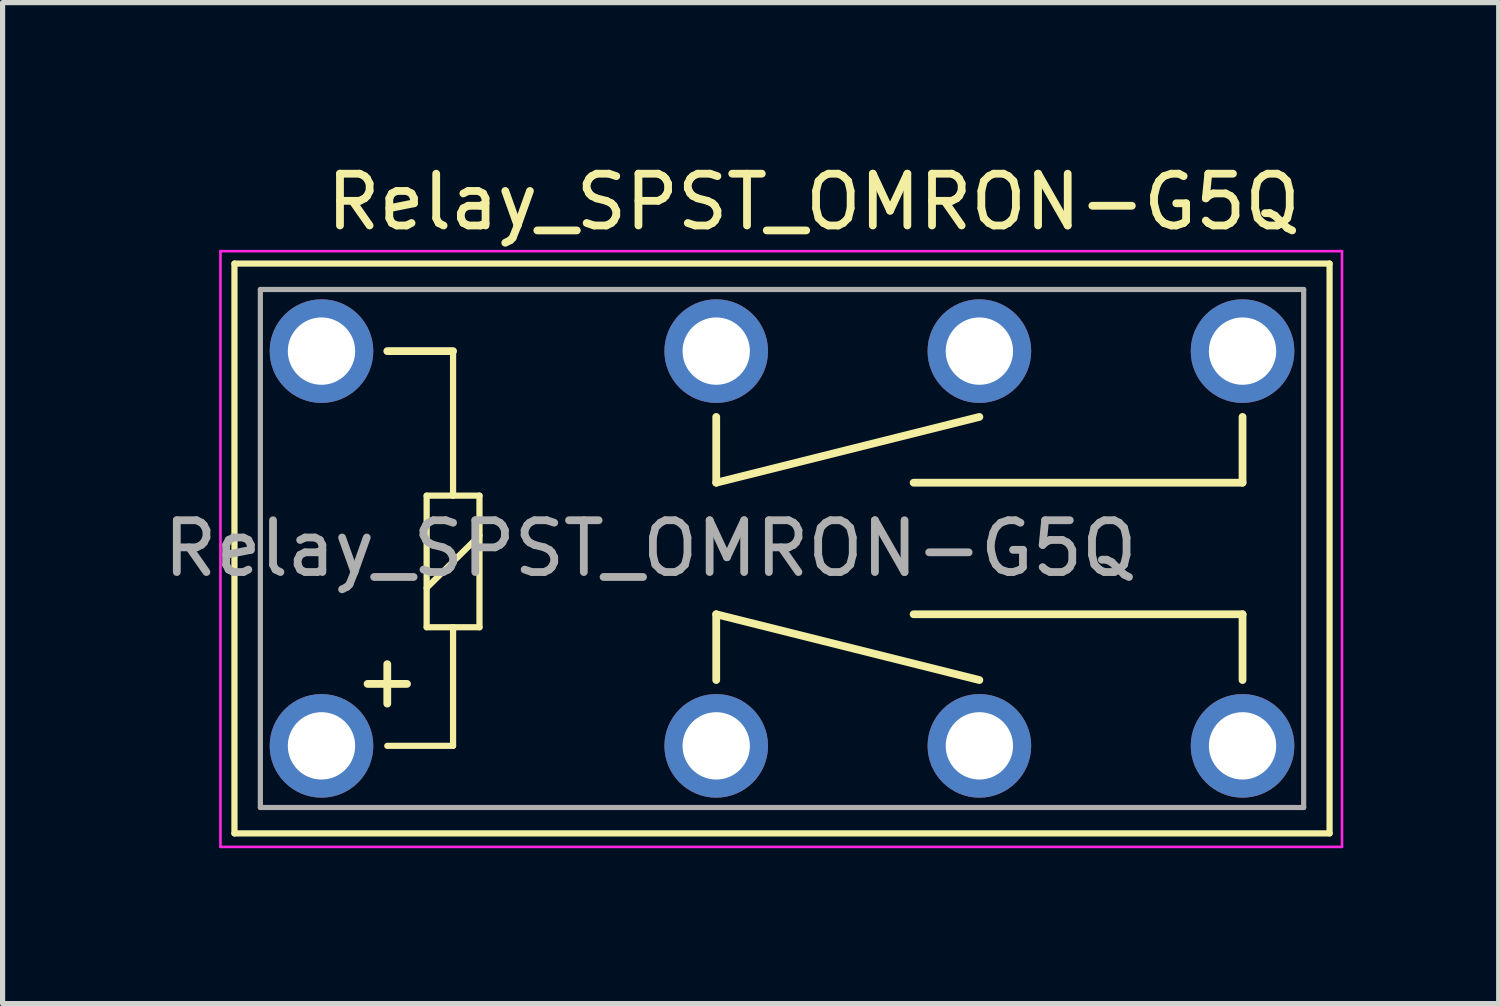
<source format=kicad_pcb>
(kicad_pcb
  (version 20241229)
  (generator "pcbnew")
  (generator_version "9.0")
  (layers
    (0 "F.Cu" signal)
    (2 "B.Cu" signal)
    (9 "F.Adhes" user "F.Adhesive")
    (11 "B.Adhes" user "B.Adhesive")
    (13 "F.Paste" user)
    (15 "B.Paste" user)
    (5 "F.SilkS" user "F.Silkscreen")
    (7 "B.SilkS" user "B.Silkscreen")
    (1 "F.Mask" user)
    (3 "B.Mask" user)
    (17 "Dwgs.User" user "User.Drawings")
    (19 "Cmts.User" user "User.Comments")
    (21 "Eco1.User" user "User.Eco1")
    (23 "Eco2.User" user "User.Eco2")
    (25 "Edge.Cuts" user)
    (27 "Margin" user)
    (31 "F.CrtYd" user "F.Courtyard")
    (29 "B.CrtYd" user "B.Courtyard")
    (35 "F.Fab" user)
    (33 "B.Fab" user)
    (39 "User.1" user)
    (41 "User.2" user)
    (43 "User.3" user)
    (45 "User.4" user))
  (footprint "Relay_SPST_OMRON-G5Q"
    (layer "F.Cu")
    (at 3.156 11.348)
    (property "Reference" "Relay_SPST_OMRON-G5Q" (at 9.5 -10.5 180) (layer "F.SilkS") (effects (font (size 1 1) (thickness 0.15))))
    (attr through_hole)
    (fp_line (start -1.68 -9.31) (end 19.46 -9.31) (stroke (width 0.12) (type solid)) (layer "F.SilkS"))
    (fp_line (start -1.68 1.69) (end -1.68 -9.31) (stroke (width 0.12) (type solid)) (layer "F.SilkS"))
    (fp_line (start -1.68 1.69) (end 19.46 1.69) (stroke (width 0.12) (type solid)) (layer "F.SilkS"))
    (fp_line (start 1.27 0) (end 2.54 0) (stroke (width 0.12) (type solid)) (layer "F.SilkS"))
    (fp_line (start 2.03 -4.83) (end 2.54 -4.83) (stroke (width 0.12) (type solid)) (layer "F.SilkS"))
    (fp_line (start 2.03 -3.05) (end 3.05 -4.06) (stroke (width 0.12) (type solid)) (layer "F.SilkS"))
    (fp_line (start 2.03 -2.29) (end 2.03 -4.83) (stroke (width 0.12) (type solid)) (layer "F.SilkS"))
    (fp_line (start 2.54 -7.62) (end 1.27 -7.62) (stroke (width 0.15) (type solid)) (layer "F.SilkS"))
    (fp_line (start 2.54 -4.83) (end 2.54 -7.62) (stroke (width 0.12) (type solid)) (layer "F.SilkS"))
    (fp_line (start 2.54 -4.83) (end 3.05 -4.83) (stroke (width 0.12) (type solid)) (layer "F.SilkS"))
    (fp_line (start 2.54 -2.29) (end 2.03 -2.29) (stroke (width 0.12) (type solid)) (layer "F.SilkS"))
    (fp_line (start 2.54 0) (end 2.54 -2.29) (stroke (width 0.12) (type solid)) (layer "F.SilkS"))
    (fp_line (start 3.05 -4.83) (end 3.05 -2.29) (stroke (width 0.12) (type solid)) (layer "F.SilkS"))
    (fp_line (start 3.05 -2.29) (end 2.54 -2.29) (stroke (width 0.12) (type solid)) (layer "F.SilkS"))
    (fp_line (start 7.62 -6.35) (end 7.62 -5.08) (stroke (width 0.15) (type solid)) (layer "F.SilkS"))
    (fp_line (start 7.62 -5.08) (end 12.7 -6.35) (stroke (width 0.15) (type solid)) (layer "F.SilkS"))
    (fp_line (start 7.62 -2.54) (end 12.7 -1.27) (stroke (width 0.15) (type solid)) (layer "F.SilkS"))
    (fp_line (start 7.62 -1.27) (end 7.62 -2.54) (stroke (width 0.15) (type solid)) (layer "F.SilkS"))
    (fp_line (start 17.78 -6.35) (end 17.78 -5.08) (stroke (width 0.15) (type solid)) (layer "F.SilkS"))
    (fp_line (start 17.78 -5.08) (end 11.43 -5.08) (stroke (width 0.15) (type solid)) (layer "F.SilkS"))
    (fp_line (start 17.78 -2.54) (end 11.43 -2.54) (stroke (width 0.15) (type solid)) (layer "F.SilkS"))
    (fp_line (start 17.78 -1.27) (end 17.78 -2.54) (stroke (width 0.15) (type solid)) (layer "F.SilkS"))
    (fp_line (start 19.46 1.69) (end 19.46 -9.31) (stroke (width 0.12) (type solid)) (layer "F.SilkS"))
    (fp_line (start -1.95 -9.55) (end 19.7 -9.55) (stroke (width 0.05) (type solid)) (layer "F.CrtYd"))
    (fp_line (start -1.95 1.95) (end -1.95 -9.55) (stroke (width 0.05) (type solid)) (layer "F.CrtYd"))
    (fp_line (start 19.7 -9.55) (end 19.7 1.95) (stroke (width 0.05) (type solid)) (layer "F.CrtYd"))
    (fp_line (start 19.7 1.95) (end -1.95 1.95) (stroke (width 0.05) (type solid)) (layer "F.CrtYd"))
    (fp_line (start -1.18 -8.81) (end 18.96 -8.81) (stroke (width 0.1) (type solid)) (layer "F.Fab"))
    (fp_line (start -1.18 1.19) (end -1.18 -8.81) (stroke (width 0.1) (type solid)) (layer "F.Fab"))
    (fp_line (start 18.96 -8.81) (end 18.96 1.19) (stroke (width 0.1) (type solid)) (layer "F.Fab"))
    (fp_line (start 18.96 1.19) (end -1.18 1.19) (stroke (width 0.1) (type solid)) (layer "F.Fab"))
    (fp_text user "+" (at 1.27 -1.27 0) (layer "F.SilkS") (effects (font (size 1 1) (thickness 0.15))))
    (fp_text user "${REFERENCE}" (at 6.35 -3.81 0) (layer "F.Fab") (effects (font (size 1 1) (thickness 0.15))))
    (pad "1" thru_hole circle (at 0 0 180) (size 2 2) (drill 1.3) (layers "*.Cu" "*.Mask"))
    (pad "4" thru_hole circle (at 7.62 0 180) (size 2 2) (drill 1.3) (layers "*.Cu" "*.Mask"))
    (pad "6" thru_hole circle (at 12.7 0 180) (size 2 2) (drill 1.3) (layers "*.Cu" "*.Mask"))
    (pad "8" thru_hole circle (at 17.78 0 180) (size 2 2) (drill 1.3) (layers "*.Cu" "*.Mask"))
    (pad "9" thru_hole circle (at 17.78 -7.62 180) (size 2 2) (drill 1.3) (layers "*.Cu" "*.Mask"))
    (pad "11" thru_hole circle (at 12.7 -7.62 180) (size 2 2) (drill 1.3) (layers "*.Cu" "*.Mask"))
    (pad "13" thru_hole circle (at 7.62 -7.62 180) (size 2 2) (drill 1.3) (layers "*.Cu" "*.Mask"))
    (pad "16" thru_hole circle (at 0 -7.62 180) (size 2 2) (drill 1.3) (layers "*.Cu" "*.Mask")))
  (gr_rect
    (start -3 -3)
    (end 25.881 16.323)
    (stroke (width 0.1) (type default))
    (fill no)
    (layer "Edge.Cuts")))
</source>
